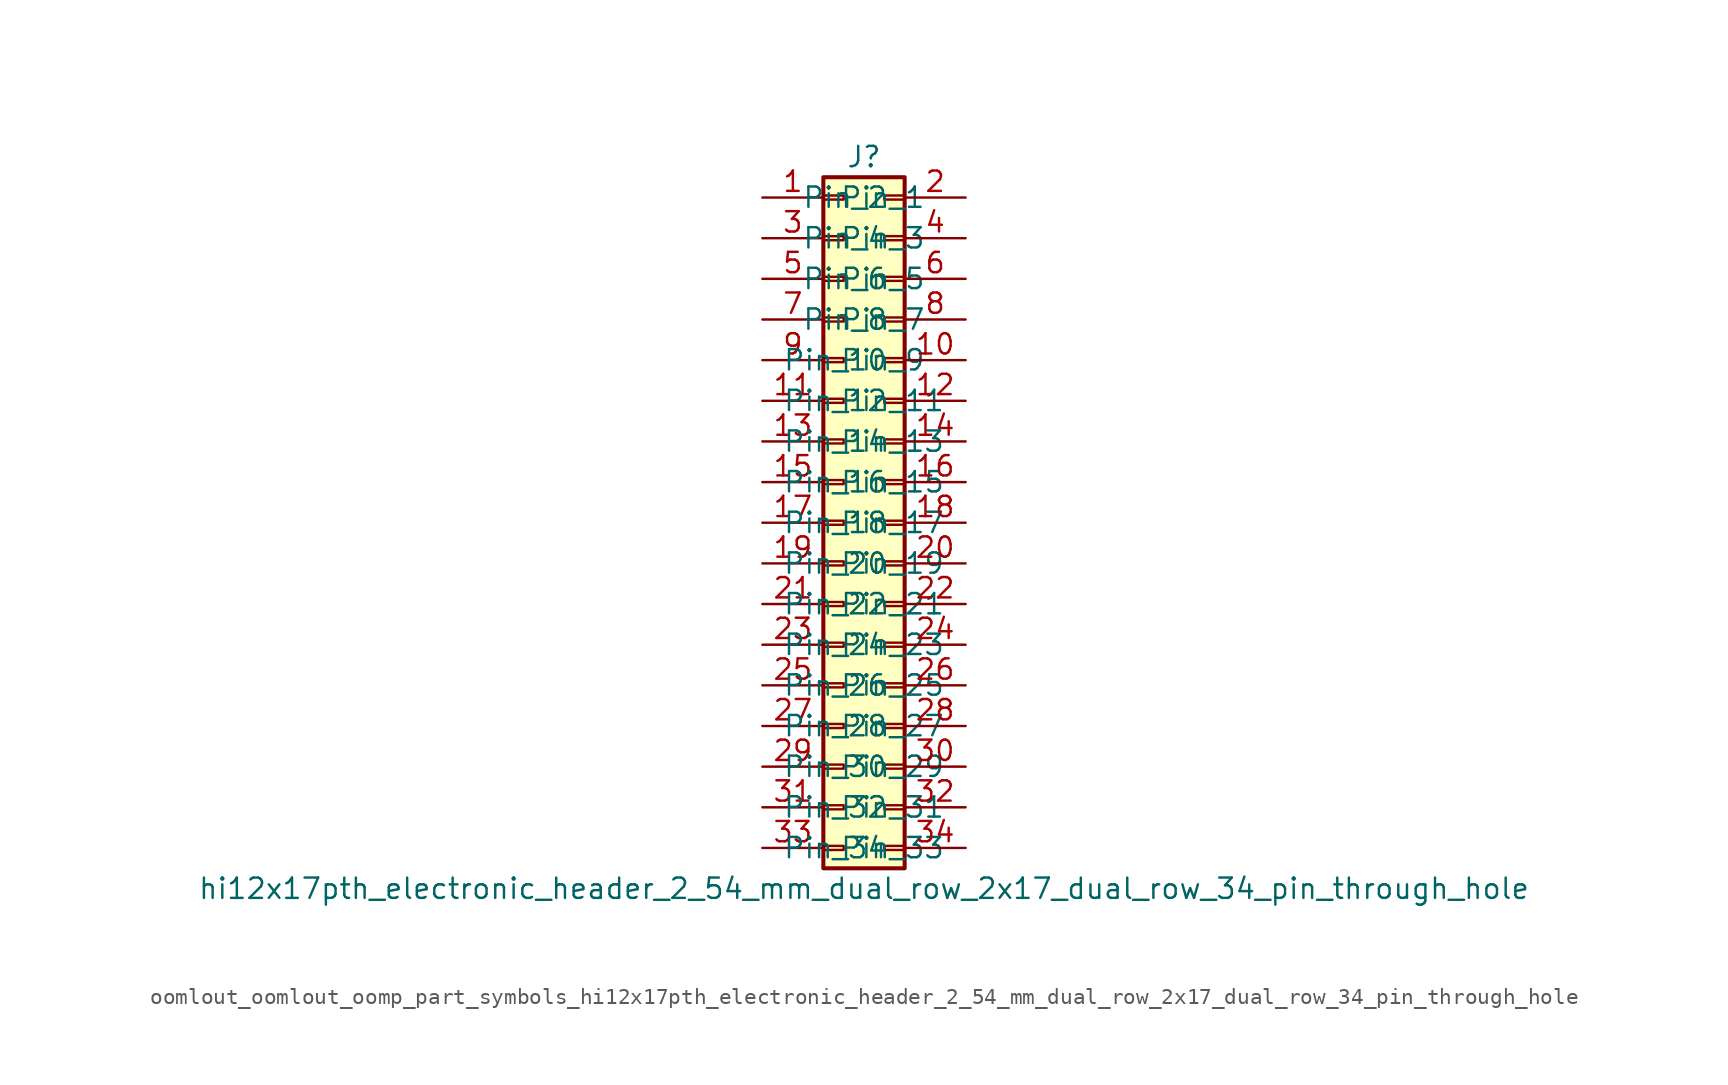
<source format=kicad_sym>
(kicad_symbol_lib
  (version 20220914)
  (generator kicad_symbol_editor)
  (symbol "oomlout_oomlout_oomp_part_symbols_hi12x17pth_electronic_header_2_54_mm_dual_row_2x17_dual_row_34_pin_through_hole"
    (pin_names
      (offset 1.016))
    (property "Reference" "J"
      (at 1.27 22.86 0)
      (effects (font (size 1.27 1.27))))
    (property "Value" "hi12x17pth_electronic_header_2_54_mm_dual_row_2x17_dual_row_34_pin_through_hole"
      (at 1.27 -22.86 0)
      (effects (font (size 1.27 1.27))))
    (symbol "oomlout_oomlout_oomp_part_symbols_hi12x17pth_electronic_header_2_54_mm_dual_row_2x17_dual_row_34_pin_through_hole_1_1"
      (rectangle (start -1.27 -20.193) (end 0 -20.447) (stroke (width 0.152) (type default)) (fill (type none)))
      (rectangle (start -1.27 -17.653) (end 0 -17.907) (stroke (width 0.152) (type default)) (fill (type none)))
      (rectangle (start -1.27 -15.113) (end 0 -15.367) (stroke (width 0.152) (type default)) (fill (type none)))
      (rectangle (start -1.27 -12.573) (end 0 -12.827) (stroke (width 0.152) (type default)) (fill (type none)))
      (rectangle (start -1.27 -10.033) (end 0 -10.287) (stroke (width 0.152) (type default)) (fill (type none)))
      (rectangle (start -1.27 -7.493) (end 0 -7.747) (stroke (width 0.152) (type default)) (fill (type none)))
      (rectangle (start -1.27 -4.953) (end 0 -5.207) (stroke (width 0.152) (type default)) (fill (type none)))
      (rectangle (start -1.27 -2.413) (end 0 -2.667) (stroke (width 0.152) (type default)) (fill (type none)))
      (rectangle (start -1.27 0.127) (end 0 -0.127) (stroke (width 0.152) (type default)) (fill (type none)))
      (rectangle (start -1.27 2.667) (end 0 2.413) (stroke (width 0.152) (type default)) (fill (type none)))
      (rectangle (start -1.27 5.207) (end 0 4.953) (stroke (width 0.152) (type default)) (fill (type none)))
      (rectangle (start -1.27 7.747) (end 0 7.493) (stroke (width 0.152) (type default)) (fill (type none)))
      (rectangle (start -1.27 10.287) (end 0 10.033) (stroke (width 0.152) (type default)) (fill (type none)))
      (rectangle (start -1.27 12.827) (end 0 12.573) (stroke (width 0.152) (type default)) (fill (type none)))
      (rectangle (start -1.27 15.367) (end 0 15.113) (stroke (width 0.152) (type default)) (fill (type none)))
      (rectangle (start -1.27 17.907) (end 0 17.653) (stroke (width 0.152) (type default)) (fill (type none)))
      (rectangle (start -1.27 20.447) (end 0 20.193) (stroke (width 0.152) (type default)) (fill (type none)))
      (rectangle (start -1.27 21.59) (end 3.81 -21.59) (stroke (width 0.254) (type default)) (fill (type background)))
      (rectangle (start 3.81 -20.193) (end 2.54 -20.447) (stroke (width 0.152) (type default)) (fill (type none)))
      (rectangle (start 3.81 -17.653) (end 2.54 -17.907) (stroke (width 0.152) (type default)) (fill (type none)))
      (rectangle (start 3.81 -15.113) (end 2.54 -15.367) (stroke (width 0.152) (type default)) (fill (type none)))
      (rectangle (start 3.81 -12.573) (end 2.54 -12.827) (stroke (width 0.152) (type default)) (fill (type none)))
      (rectangle (start 3.81 -10.033) (end 2.54 -10.287) (stroke (width 0.152) (type default)) (fill (type none)))
      (rectangle (start 3.81 -7.493) (end 2.54 -7.747) (stroke (width 0.152) (type default)) (fill (type none)))
      (rectangle (start 3.81 -4.953) (end 2.54 -5.207) (stroke (width 0.152) (type default)) (fill (type none)))
      (rectangle (start 3.81 -2.413) (end 2.54 -2.667) (stroke (width 0.152) (type default)) (fill (type none)))
      (rectangle (start 3.81 0.127) (end 2.54 -0.127) (stroke (width 0.152) (type default)) (fill (type none)))
      (rectangle (start 3.81 2.667) (end 2.54 2.413) (stroke (width 0.152) (type default)) (fill (type none)))
      (rectangle (start 3.81 5.207) (end 2.54 4.953) (stroke (width 0.152) (type default)) (fill (type none)))
      (rectangle (start 3.81 7.747) (end 2.54 7.493) (stroke (width 0.152) (type default)) (fill (type none)))
      (rectangle (start 3.81 10.287) (end 2.54 10.033) (stroke (width 0.152) (type default)) (fill (type none)))
      (rectangle (start 3.81 12.827) (end 2.54 12.573) (stroke (width 0.152) (type default)) (fill (type none)))
      (rectangle (start 3.81 15.367) (end 2.54 15.113) (stroke (width 0.152) (type default)) (fill (type none)))
      (rectangle (start 3.81 17.907) (end 2.54 17.653) (stroke (width 0.152) (type default)) (fill (type none)))
      (rectangle (start 3.81 20.447) (end 2.54 20.193) (stroke (width 0.152) (type default)) (fill (type none)))
      (pin passive line (at -5.08 20.32 0) (length 3.81) (name "Pin_1" (effects (font (size 1.27 1.27)))) (number "1" (effects (font (size 1.27 1.27)))))
      (pin passive line (at 7.62 10.16 180) (length 3.81) (name "Pin_10" (effects (font (size 1.27 1.27)))) (number "10" (effects (font (size 1.27 1.27)))))
      (pin passive line (at -5.08 7.62 0) (length 3.81) (name "Pin_11" (effects (font (size 1.27 1.27)))) (number "11" (effects (font (size 1.27 1.27)))))
      (pin passive line (at 7.62 7.62 180) (length 3.81) (name "Pin_12" (effects (font (size 1.27 1.27)))) (number "12" (effects (font (size 1.27 1.27)))))
      (pin passive line (at -5.08 5.08 0) (length 3.81) (name "Pin_13" (effects (font (size 1.27 1.27)))) (number "13" (effects (font (size 1.27 1.27)))))
      (pin passive line (at 7.62 5.08 180) (length 3.81) (name "Pin_14" (effects (font (size 1.27 1.27)))) (number "14" (effects (font (size 1.27 1.27)))))
      (pin passive line (at -5.08 2.54 0) (length 3.81) (name "Pin_15" (effects (font (size 1.27 1.27)))) (number "15" (effects (font (size 1.27 1.27)))))
      (pin passive line (at 7.62 2.54 180) (length 3.81) (name "Pin_16" (effects (font (size 1.27 1.27)))) (number "16" (effects (font (size 1.27 1.27)))))
      (pin passive line (at -5.08 0 0) (length 3.81) (name "Pin_17" (effects (font (size 1.27 1.27)))) (number "17" (effects (font (size 1.27 1.27)))))
      (pin passive line (at 7.62 0 180) (length 3.81) (name "Pin_18" (effects (font (size 1.27 1.27)))) (number "18" (effects (font (size 1.27 1.27)))))
      (pin passive line (at -5.08 -2.54 0) (length 3.81) (name "Pin_19" (effects (font (size 1.27 1.27)))) (number "19" (effects (font (size 1.27 1.27)))))
      (pin passive line (at 7.62 20.32 180) (length 3.81) (name "Pin_2" (effects (font (size 1.27 1.27)))) (number "2" (effects (font (size 1.27 1.27)))))
      (pin passive line (at 7.62 -2.54 180) (length 3.81) (name "Pin_20" (effects (font (size 1.27 1.27)))) (number "20" (effects (font (size 1.27 1.27)))))
      (pin passive line (at -5.08 -5.08 0) (length 3.81) (name "Pin_21" (effects (font (size 1.27 1.27)))) (number "21" (effects (font (size 1.27 1.27)))))
      (pin passive line (at 7.62 -5.08 180) (length 3.81) (name "Pin_22" (effects (font (size 1.27 1.27)))) (number "22" (effects (font (size 1.27 1.27)))))
      (pin passive line (at -5.08 -7.62 0) (length 3.81) (name "Pin_23" (effects (font (size 1.27 1.27)))) (number "23" (effects (font (size 1.27 1.27)))))
      (pin passive line (at 7.62 -7.62 180) (length 3.81) (name "Pin_24" (effects (font (size 1.27 1.27)))) (number "24" (effects (font (size 1.27 1.27)))))
      (pin passive line (at -5.08 -10.16 0) (length 3.81) (name "Pin_25" (effects (font (size 1.27 1.27)))) (number "25" (effects (font (size 1.27 1.27)))))
      (pin passive line (at 7.62 -10.16 180) (length 3.81) (name "Pin_26" (effects (font (size 1.27 1.27)))) (number "26" (effects (font (size 1.27 1.27)))))
      (pin passive line (at -5.08 -12.7 0) (length 3.81) (name "Pin_27" (effects (font (size 1.27 1.27)))) (number "27" (effects (font (size 1.27 1.27)))))
      (pin passive line (at 7.62 -12.7 180) (length 3.81) (name "Pin_28" (effects (font (size 1.27 1.27)))) (number "28" (effects (font (size 1.27 1.27)))))
      (pin passive line (at -5.08 -15.24 0) (length 3.81) (name "Pin_29" (effects (font (size 1.27 1.27)))) (number "29" (effects (font (size 1.27 1.27)))))
      (pin passive line (at -5.08 17.78 0) (length 3.81) (name "Pin_3" (effects (font (size 1.27 1.27)))) (number "3" (effects (font (size 1.27 1.27)))))
      (pin passive line (at 7.62 -15.24 180) (length 3.81) (name "Pin_30" (effects (font (size 1.27 1.27)))) (number "30" (effects (font (size 1.27 1.27)))))
      (pin passive line (at -5.08 -17.78 0) (length 3.81) (name "Pin_31" (effects (font (size 1.27 1.27)))) (number "31" (effects (font (size 1.27 1.27)))))
      (pin passive line (at 7.62 -17.78 180) (length 3.81) (name "Pin_32" (effects (font (size 1.27 1.27)))) (number "32" (effects (font (size 1.27 1.27)))))
      (pin passive line (at -5.08 -20.32 0) (length 3.81) (name "Pin_33" (effects (font (size 1.27 1.27)))) (number "33" (effects (font (size 1.27 1.27)))))
      (pin passive line (at 7.62 -20.32 180) (length 3.81) (name "Pin_34" (effects (font (size 1.27 1.27)))) (number "34" (effects (font (size 1.27 1.27)))))
      (pin passive line (at 7.62 17.78 180) (length 3.81) (name "Pin_4" (effects (font (size 1.27 1.27)))) (number "4" (effects (font (size 1.27 1.27)))))
      (pin passive line (at -5.08 15.24 0) (length 3.81) (name "Pin_5" (effects (font (size 1.27 1.27)))) (number "5" (effects (font (size 1.27 1.27)))))
      (pin passive line (at 7.62 15.24 180) (length 3.81) (name "Pin_6" (effects (font (size 1.27 1.27)))) (number "6" (effects (font (size 1.27 1.27)))))
      (pin passive line (at -5.08 12.7 0) (length 3.81) (name "Pin_7" (effects (font (size 1.27 1.27)))) (number "7" (effects (font (size 1.27 1.27)))))
      (pin passive line (at 7.62 12.7 180) (length 3.81) (name "Pin_8" (effects (font (size 1.27 1.27)))) (number "8" (effects (font (size 1.27 1.27)))))
      (pin passive line (at -5.08 10.16 0) (length 3.81) (name "Pin_9" (effects (font (size 1.27 1.27)))) (number "9" (effects (font (size 1.27 1.27))))))))
</source>
